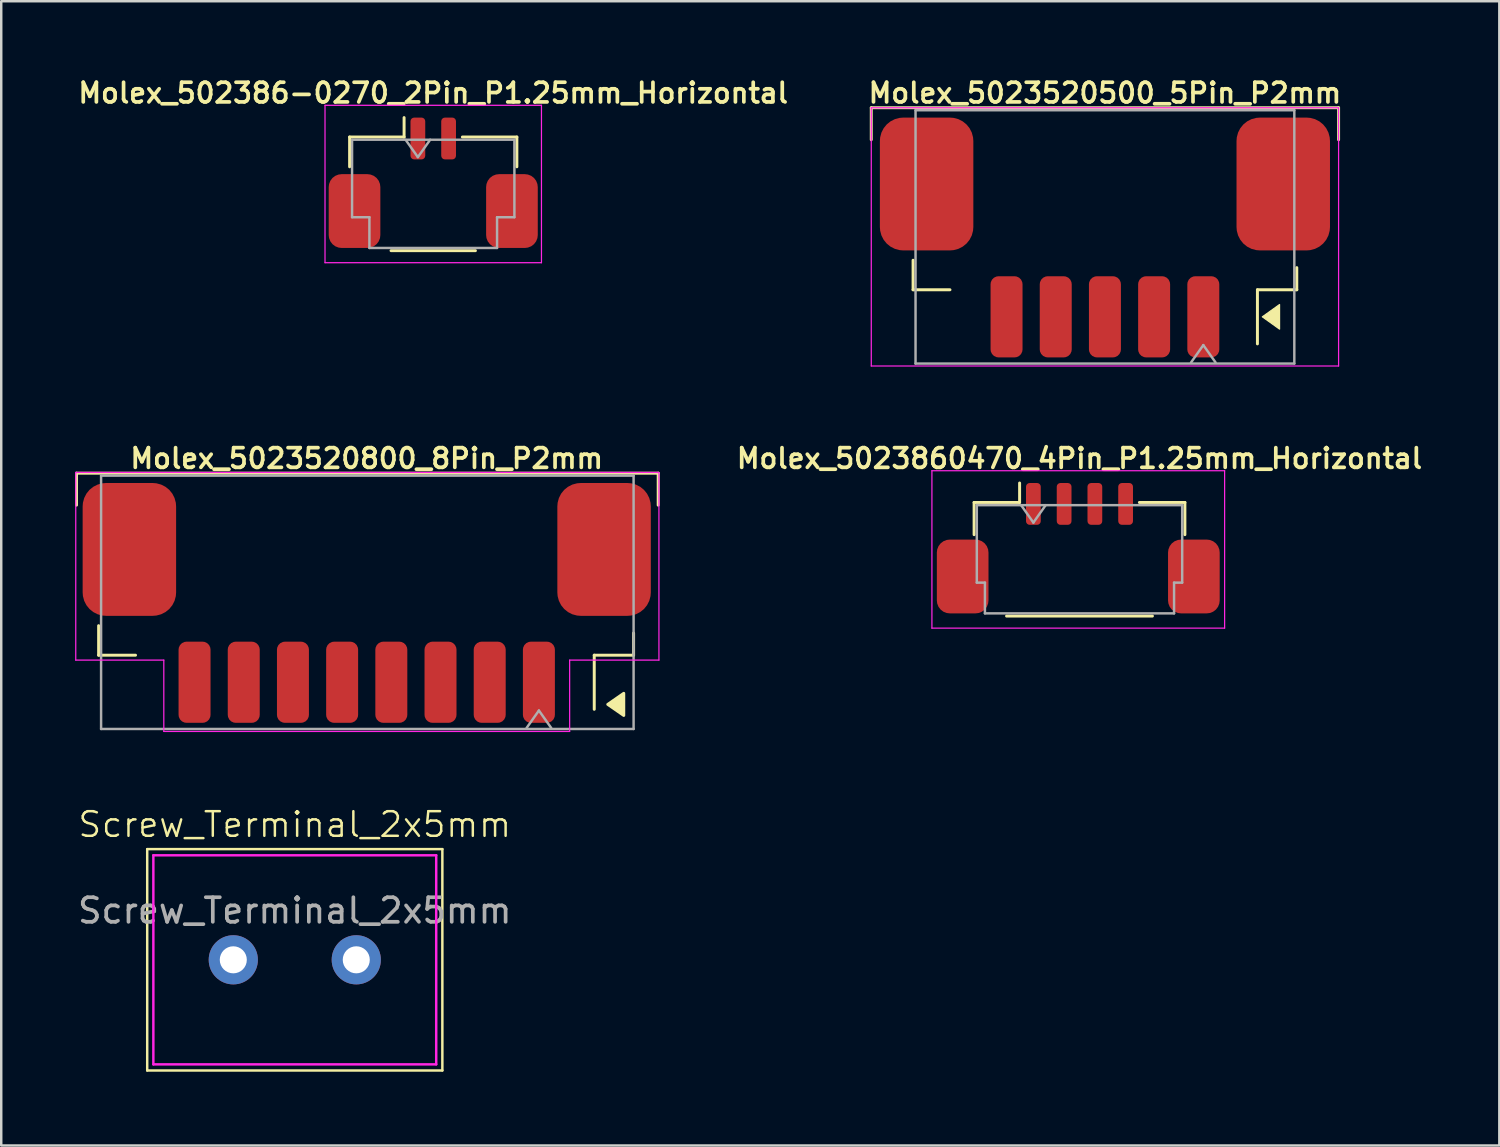
<source format=kicad_pcb>
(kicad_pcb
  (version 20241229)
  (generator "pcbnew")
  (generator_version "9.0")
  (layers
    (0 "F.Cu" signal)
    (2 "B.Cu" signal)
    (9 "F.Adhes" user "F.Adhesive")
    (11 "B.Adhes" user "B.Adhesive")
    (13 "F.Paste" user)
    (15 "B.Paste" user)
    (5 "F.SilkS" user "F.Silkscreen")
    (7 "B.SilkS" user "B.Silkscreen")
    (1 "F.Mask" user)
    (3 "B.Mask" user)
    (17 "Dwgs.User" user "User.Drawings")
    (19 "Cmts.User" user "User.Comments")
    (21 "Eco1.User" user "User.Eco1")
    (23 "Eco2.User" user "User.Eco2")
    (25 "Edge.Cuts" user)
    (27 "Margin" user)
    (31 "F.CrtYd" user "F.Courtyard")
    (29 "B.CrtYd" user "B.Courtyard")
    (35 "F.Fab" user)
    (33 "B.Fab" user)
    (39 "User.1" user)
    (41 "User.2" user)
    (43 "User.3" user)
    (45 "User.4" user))
  (footprint "Molex_502386-0270_2Pin_P1.25mm_Horizontal"
    (layer "F.Cu")
    (at 14.564 4.431)
    (property "Reference" "Molex_502386-0270_2Pin_P1.25mm_Horizontal" (at 0 -3.7 0) (layer "F.SilkS") (effects (font (size 0.8 0.8) (thickness 0.15) (bold yes))))
    (attr smd)
    (fp_line (start -3.4 -1.91) (end -1.185 -1.91) (stroke (width 0.12) (type solid)) (layer "F.SilkS"))
    (fp_line (start -3.4 -0.7) (end -3.4 -1.91) (stroke (width 0.12) (type solid)) (layer "F.SilkS"))
    (fp_line (start -1.715 2.71) (end 1.715 2.71) (stroke (width 0.12) (type solid)) (layer "F.SilkS"))
    (fp_line (start -1.185 -1.91) (end -1.185 -2.7) (stroke (width 0.12) (type solid)) (layer "F.SilkS"))
    (fp_line (start 3.4 -1.91) (end 1.185 -1.91) (stroke (width 0.12) (type solid)) (layer "F.SilkS"))
    (fp_line (start 3.4 -0.7) (end 3.4 -1.91) (stroke (width 0.12) (type solid)) (layer "F.SilkS"))
    (fp_line (start -4.4 -3.2) (end -4.4 3.2) (stroke (width 0.05) (type solid)) (layer "F.CrtYd"))
    (fp_line (start -4.4 3.2) (end 4.4 3.2) (stroke (width 0.05) (type solid)) (layer "F.CrtYd"))
    (fp_line (start 4.4 -3.2) (end -4.4 -3.2) (stroke (width 0.05) (type solid)) (layer "F.CrtYd"))
    (fp_line (start 4.4 3.2) (end 4.4 -3.2) (stroke (width 0.05) (type solid)) (layer "F.CrtYd"))
    (fp_line (start -3.3 -1.8) (end -3.3 1.35) (stroke (width 0.1) (type solid)) (layer "F.Fab"))
    (fp_line (start -3.3 -1.8) (end 3.3 -1.8) (stroke (width 0.1) (type solid)) (layer "F.Fab"))
    (fp_line (start -3.3 1.35) (end -2.595 1.35) (stroke (width 0.1) (type solid)) (layer "F.Fab"))
    (fp_line (start -2.595 1.35) (end -2.595 2.6) (stroke (width 0.1) (type solid)) (layer "F.Fab"))
    (fp_line (start -2.595 2.6) (end 2.595 2.6) (stroke (width 0.1) (type solid)) (layer "F.Fab"))
    (fp_line (start -1.125 -1.8) (end -0.625 -1.093) (stroke (width 0.1) (type solid)) (layer "F.Fab"))
    (fp_line (start -0.625 -1.093) (end -0.125 -1.8) (stroke (width 0.1) (type solid)) (layer "F.Fab"))
    (fp_line (start 2.595 1.35) (end 3.3 1.35) (stroke (width 0.1) (type solid)) (layer "F.Fab"))
    (fp_line (start 2.595 2.6) (end 2.595 1.35) (stroke (width 0.1) (type solid)) (layer "F.Fab"))
    (fp_line (start 3.3 -1.8) (end 3.3 1.35) (stroke (width 0.1) (type solid)) (layer "F.Fab"))
    (pad "1" smd roundrect (at -0.625 -1.85) (size 0.6 1.7) (layers "F.Cu" "F.Mask" "F.Paste") (roundrect_rratio 0.25))
    (pad "2" smd roundrect (at 0.625 -1.85) (size 0.6 1.7) (layers "F.Cu" "F.Mask" "F.Paste") (roundrect_rratio 0.25))
    (pad "MP" smd roundrect (at -3.2 1.1) (size 2.1 3) (layers "F.Cu" "F.Mask" "F.Paste") (roundrect_rratio 0.25))
    (pad "MP" smd roundrect (at 3.2 1.1) (size 2.1 3) (layers "F.Cu" "F.Mask" "F.Paste") (roundrect_rratio 0.25)))
  (footprint "Molex_5023520500_5Pin_P2mm"
    (layer "F.Cu")
    (at 41.873 9.831)
    (property "Reference" "Molex_5023520500_5Pin_P2mm" (at 0 -9.1 0) (layer "F.SilkS") (effects (font (size 0.8 0.8) (thickness 0.15))))
    (attr smd)
    (fp_line (start -9.5 -8.5) (end 9.5 -8.5) (stroke (width 0.12) (type solid)) (layer "F.SilkS"))
    (fp_line (start -9.5 -7.2) (end -9.5 -8.5) (stroke (width 0.12) (type solid)) (layer "F.SilkS"))
    (fp_line (start -7.8 -2.3) (end -7.8 -1.1) (stroke (width 0.12) (type solid)) (layer "F.SilkS"))
    (fp_line (start -7.8 -1.1) (end -6.3 -1.1) (stroke (width 0.12) (type solid)) (layer "F.SilkS"))
    (fp_line (start 6.2 -1.1) (end 6.2 1.1) (stroke (width 0.12) (type solid)) (layer "F.SilkS"))
    (fp_line (start 7.8 -2) (end 7.8 -1.1) (stroke (width 0.12) (type solid)) (layer "F.SilkS"))
    (fp_line (start 7.8 -1.1) (end 6.2 -1.1) (stroke (width 0.12) (type solid)) (layer "F.SilkS"))
    (fp_line (start 9.5 -8.5) (end 9.5 -7.2) (stroke (width 0.12) (type solid)) (layer "F.SilkS"))
    (fp_poly (pts (xy 6.4 0) (xy 7.1 -0.5) (xy 7.1 0.5)) (stroke (width 0.05) (type solid)) (fill yes) (layer "F.SilkS"))
    (fp_line (start -9.5 -8.5) (end -9.5 2) (stroke (width 0.05) (type solid)) (layer "F.CrtYd"))
    (fp_line (start -9.5 2) (end 9.5 2) (stroke (width 0.05) (type solid)) (layer "F.CrtYd"))
    (fp_line (start 9.5 -8.5) (end -9.5 -8.5) (stroke (width 0.05) (type solid)) (layer "F.CrtYd"))
    (fp_line (start 9.5 2) (end 9.5 -8.5) (stroke (width 0.05) (type solid)) (layer "F.CrtYd"))
    (fp_line (start -7.7 -8.4) (end 7.7 -8.4) (stroke (width 0.1) (type solid)) (layer "F.Fab"))
    (fp_line (start -7.7 1.9) (end -7.7 -8.4) (stroke (width 0.1) (type solid)) (layer "F.Fab"))
    (fp_line (start -7.7 1.9) (end 7.7 1.9) (stroke (width 0.1) (type solid)) (layer "F.Fab"))
    (fp_line (start 3.5 1.857) (end 4 1.15) (stroke (width 0.1) (type solid)) (layer "F.Fab"))
    (fp_line (start 4 1.15) (end 4.5 1.857) (stroke (width 0.1) (type solid)) (layer "F.Fab"))
    (fp_line (start 7.7 1.9) (end 7.7 -8.4) (stroke (width 0.1) (type solid)) (layer "F.Fab"))
    (pad "1" smd roundrect (at 4 0) (size 1.3 3.3) (layers "F.Cu" "F.Mask" "F.Paste") (roundrect_rratio 0.25))
    (pad "2" smd roundrect (at 2 0) (size 1.3 3.3) (layers "F.Cu" "F.Mask" "F.Paste") (roundrect_rratio 0.25))
    (pad "3" smd roundrect (at 0 0) (size 1.3 3.3) (layers "F.Cu" "F.Mask" "F.Paste") (roundrect_rratio 0.25))
    (pad "4" smd roundrect (at -2 0) (size 1.3 3.3) (layers "F.Cu" "F.Mask" "F.Paste") (roundrect_rratio 0.25))
    (pad "5" smd roundrect (at -4 0) (size 1.3 3.3) (layers "F.Cu" "F.Mask" "F.Paste") (roundrect_rratio 0.25))
    (pad "MP" smd roundrect (at -7.25 -5.4) (size 3.8 5.4) (layers "F.Cu" "F.Mask" "F.Paste") (roundrect_rratio 0.25))
    (pad "MP" smd roundrect (at 7.25 -5.4) (size 3.8 5.4) (layers "F.Cu" "F.Mask" "F.Paste") (roundrect_rratio 0.25)))
  (footprint "Molex_5023520800_8Pin_P2mm"
    (layer "F.Cu")
    (at 11.86 24.688)
    (property "Reference" "Molex_5023520800_8Pin_P2mm" (at 0 -9.1 0) (layer "F.SilkS") (effects (font (size 0.8 0.8) (thickness 0.15))))
    (attr smd)
    (fp_line (start -11.8 -8.5) (end 11.85 -8.5) (stroke (width 0.12) (type solid)) (layer "F.SilkS"))
    (fp_line (start -11.8 -7.2) (end -11.8 -8.5) (stroke (width 0.12) (type solid)) (layer "F.SilkS"))
    (fp_line (start -10.9 -2.3) (end -10.9 -1.1) (stroke (width 0.12) (type solid)) (layer "F.SilkS"))
    (fp_line (start -10.9 -1.1) (end -9.4 -1.1) (stroke (width 0.12) (type solid)) (layer "F.SilkS"))
    (fp_line (start 9.25 -1.1) (end 9.25 1.1) (stroke (width 0.12) (type solid)) (layer "F.SilkS"))
    (fp_line (start 10.85 -2) (end 10.85 -1.1) (stroke (width 0.12) (type solid)) (layer "F.SilkS"))
    (fp_line (start 10.85 -1.1) (end 9.25 -1.1) (stroke (width 0.12) (type solid)) (layer "F.SilkS"))
    (fp_line (start 11.85 -8.5) (end 11.85 -7.2) (stroke (width 0.12) (type solid)) (layer "F.SilkS"))
    (fp_poly (pts (xy 9.8 0.9) (xy 10.45 0.45) (xy 10.45 1.35)) (stroke (width 0.12) (type solid)) (fill yes) (layer "F.SilkS"))
    (fp_line (start -11.83 -8.53) (end -11.83 -0.9) (stroke (width 0.05) (type solid)) (layer "F.CrtYd"))
    (fp_line (start -11.83 -0.9) (end -8.25 -0.9) (stroke (width 0.05) (type default)) (layer "F.CrtYd"))
    (fp_line (start -8.25 -0.9) (end -8.25 2) (stroke (width 0.05) (type default)) (layer "F.CrtYd"))
    (fp_line (start -8.25 2) (end 8.25 2) (stroke (width 0.05) (type solid)) (layer "F.CrtYd"))
    (fp_line (start 8.25 -0.9) (end 8.25 2) (stroke (width 0.05) (type default)) (layer "F.CrtYd"))
    (fp_line (start 8.25 -0.9) (end 11.88 -0.9) (stroke (width 0.05) (type default)) (layer "F.CrtYd"))
    (fp_line (start 11.88 -8.53) (end -11.83 -8.53) (stroke (width 0.05) (type solid)) (layer "F.CrtYd"))
    (fp_line (start 11.88 -0.9) (end 11.88 -8.53) (stroke (width 0.05) (type solid)) (layer "F.CrtYd"))
    (fp_line (start -10.8 -8.4) (end 10.85 -8.4) (stroke (width 0.1) (type solid)) (layer "F.Fab"))
    (fp_line (start -10.8 1.9) (end -10.8 -8.4) (stroke (width 0.1) (type solid)) (layer "F.Fab"))
    (fp_line (start -10.8 1.9) (end 10.85 1.9) (stroke (width 0.1) (type solid)) (layer "F.Fab"))
    (fp_line (start 6.5 1.857) (end 7 1.15) (stroke (width 0.1) (type solid)) (layer "F.Fab"))
    (fp_line (start 7 1.15) (end 7.5 1.857) (stroke (width 0.1) (type solid)) (layer "F.Fab"))
    (fp_line (start 10.85 1.9) (end 10.85 -8.4) (stroke (width 0.1) (type solid)) (layer "F.Fab"))
    (pad "1" smd roundrect (at 7 0) (size 1.3 3.3) (layers "F.Cu" "F.Mask" "F.Paste") (roundrect_rratio 0.25))
    (pad "2" smd roundrect (at 5 0) (size 1.3 3.3) (layers "F.Cu" "F.Mask" "F.Paste") (roundrect_rratio 0.25))
    (pad "3" smd roundrect (at 3 0) (size 1.3 3.3) (layers "F.Cu" "F.Mask" "F.Paste") (roundrect_rratio 0.25))
    (pad "4" smd roundrect (at 1 0) (size 1.3 3.3) (layers "F.Cu" "F.Mask" "F.Paste") (roundrect_rratio 0.25))
    (pad "5" smd roundrect (at -1 0) (size 1.3 3.3) (layers "F.Cu" "F.Mask" "F.Paste") (roundrect_rratio 0.25))
    (pad "6" smd roundrect (at -3 0) (size 1.3 3.3) (layers "F.Cu" "F.Mask" "F.Paste") (roundrect_rratio 0.25))
    (pad "7" smd roundrect (at -5 0) (size 1.3 3.3) (layers "F.Cu" "F.Mask" "F.Paste") (roundrect_rratio 0.25))
    (pad "8" smd roundrect (at -7 0) (size 1.3 3.3) (layers "F.Cu" "F.Mask" "F.Paste") (roundrect_rratio 0.25))
    (pad "MP" smd roundrect (at -9.65 -5.4) (size 3.8 5.4) (layers "F.Cu" "F.Mask" "F.Paste") (roundrect_rratio 0.25))
    (pad "MP" smd roundrect (at 9.65 -5.4) (size 3.8 5.4) (layers "F.Cu" "F.Mask" "F.Paste") (roundrect_rratio 0.25)))
  (footprint "Molex_5023860470_4Pin_P1.25mm_Horizontal"
    (layer "F.Cu")
    (at 40.839 19.288)
    (property "Reference" "Molex_5023860470_4Pin_P1.25mm_Horizontal" (at 0 -3.7 0) (layer "F.SilkS") (effects (font (size 0.8 0.8) (thickness 0.15))))
    (attr smd)
    (fp_line (start -4.285 -1.91) (end -2.435 -1.91) (stroke (width 0.12) (type solid)) (layer "F.SilkS"))
    (fp_line (start -4.285 -0.6) (end -4.285 -1.91) (stroke (width 0.12) (type solid)) (layer "F.SilkS"))
    (fp_line (start -2.965 2.71) (end 2.965 2.71) (stroke (width 0.12) (type solid)) (layer "F.SilkS"))
    (fp_line (start -2.435 -1.91) (end -2.435 -2.7) (stroke (width 0.12) (type solid)) (layer "F.SilkS"))
    (fp_line (start 4.285 -1.91) (end 2.435 -1.91) (stroke (width 0.12) (type solid)) (layer "F.SilkS"))
    (fp_line (start 4.285 -0.6) (end 4.285 -1.91) (stroke (width 0.12) (type solid)) (layer "F.SilkS"))
    (fp_line (start -6 -3.2) (end -6 3.2) (stroke (width 0.05) (type solid)) (layer "F.CrtYd"))
    (fp_line (start -6 3.2) (end 5.9 3.2) (stroke (width 0.05) (type solid)) (layer "F.CrtYd"))
    (fp_line (start 5.9 -3.2) (end -6 -3.2) (stroke (width 0.05) (type solid)) (layer "F.CrtYd"))
    (fp_line (start 5.9 3.2) (end 5.9 -3.2) (stroke (width 0.05) (type solid)) (layer "F.CrtYd"))
    (fp_line (start -4.175 -1.8) (end -4.175 1.35) (stroke (width 0.1) (type solid)) (layer "F.Fab"))
    (fp_line (start -4.175 -1.8) (end 4.175 -1.8) (stroke (width 0.1) (type solid)) (layer "F.Fab"))
    (fp_line (start -4.175 1.35) (end -3.845 1.35) (stroke (width 0.1) (type solid)) (layer "F.Fab"))
    (fp_line (start -3.845 1.35) (end -3.845 2.6) (stroke (width 0.1) (type solid)) (layer "F.Fab"))
    (fp_line (start -3.845 2.6) (end 3.845 2.6) (stroke (width 0.1) (type solid)) (layer "F.Fab"))
    (fp_line (start -2.375 -1.8) (end -1.875 -1.093) (stroke (width 0.1) (type solid)) (layer "F.Fab"))
    (fp_line (start -1.875 -1.093) (end -1.375 -1.8) (stroke (width 0.1) (type solid)) (layer "F.Fab"))
    (fp_line (start 3.845 1.35) (end 4.175 1.35) (stroke (width 0.1) (type solid)) (layer "F.Fab"))
    (fp_line (start 3.845 2.6) (end 3.845 1.35) (stroke (width 0.1) (type solid)) (layer "F.Fab"))
    (fp_line (start 4.175 -1.8) (end 4.175 1.35) (stroke (width 0.1) (type solid)) (layer "F.Fab"))
    (pad "1" smd roundrect (at -1.875 -1.85) (size 0.6 1.7) (layers "F.Cu" "F.Mask" "F.Paste") (roundrect_rratio 0.25))
    (pad "2" smd roundrect (at -0.625 -1.85) (size 0.6 1.7) (layers "F.Cu" "F.Mask" "F.Paste") (roundrect_rratio 0.25))
    (pad "3" smd roundrect (at 0.625 -1.85) (size 0.6 1.7) (layers "F.Cu" "F.Mask" "F.Paste") (roundrect_rratio 0.25))
    (pad "4" smd roundrect (at 1.875 -1.85) (size 0.6 1.7) (layers "F.Cu" "F.Mask" "F.Paste") (roundrect_rratio 0.25))
    (pad "MP" smd roundrect (at -4.75 1.1) (size 2.1 3) (layers "F.Cu" "F.Mask" "F.Paste") (roundrect_rratio 0.25))
    (pad "MP" smd roundrect (at 4.65 1.1) (size 2.1 3) (layers "F.Cu" "F.Mask" "F.Paste") (roundrect_rratio 0.25)))
  (footprint "Screw_Terminal_2x5mm"
    (layer "F.Cu")
    (at 8.935 35.973)
    (property "Reference" "Screw_Terminal_2x5mm" (at 0 -5.5 0) (unlocked yes) (layer "F.SilkS") (effects (font (size 1 1) (thickness 0.1))))
    (attr through_hole)
    (fp_line (start -6 -4.5) (end -6 4.5) (stroke (width 0.1) (type default)) (layer "F.SilkS"))
    (fp_line (start -6 4.5) (end 6 4.5) (stroke (width 0.1) (type default)) (layer "F.SilkS"))
    (fp_line (start 6 -4.5) (end -6 -4.5) (stroke (width 0.1) (type default)) (layer "F.SilkS"))
    (fp_line (start 6 4.5) (end 6 -4.5) (stroke (width 0.1) (type default)) (layer "F.SilkS"))
    (fp_line (start -5.75 -4.25) (end -5.75 4.25) (stroke (width 0.1) (type default)) (layer "F.CrtYd"))
    (fp_line (start -5.75 4.25) (end 5.75 4.25) (stroke (width 0.1) (type default)) (layer "F.CrtYd"))
    (fp_line (start 5.75 -4.25) (end -5.75 -4.25) (stroke (width 0.1) (type default)) (layer "F.CrtYd"))
    (fp_line (start 5.75 4.25) (end 5.75 -4.25) (stroke (width 0.1) (type default)) (layer "F.CrtYd"))
    (fp_text user "${REFERENCE}" (at 0 -2 0) (unlocked yes) (layer "F.Fab") (effects (font (size 1 1) (thickness 0.15))))
    (pad "1" thru_hole circle (at -2.5 0) (size 2 2) (drill 1.1) (layers "*.Cu" "*.Mask"))
    (pad "2" thru_hole circle (at 2.5 0) (size 2 2) (drill 1.1) (layers "*.Cu" "*.Mask")))
  (gr_rect
    (start -3 -3)
    (end 57.908 43.523)
    (stroke (width 0.1) (type default))
    (fill no)
    (layer "Edge.Cuts")))
</source>
